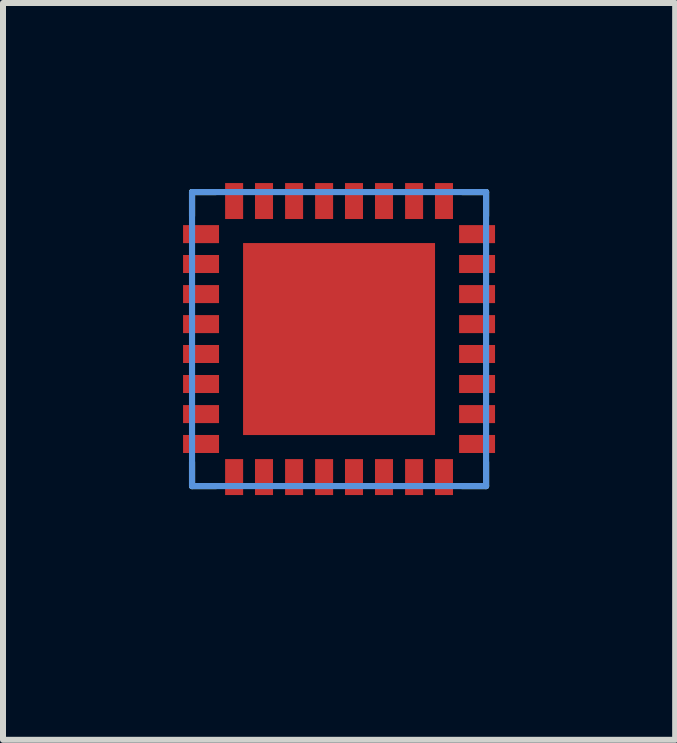
<source format=kicad_pcb>
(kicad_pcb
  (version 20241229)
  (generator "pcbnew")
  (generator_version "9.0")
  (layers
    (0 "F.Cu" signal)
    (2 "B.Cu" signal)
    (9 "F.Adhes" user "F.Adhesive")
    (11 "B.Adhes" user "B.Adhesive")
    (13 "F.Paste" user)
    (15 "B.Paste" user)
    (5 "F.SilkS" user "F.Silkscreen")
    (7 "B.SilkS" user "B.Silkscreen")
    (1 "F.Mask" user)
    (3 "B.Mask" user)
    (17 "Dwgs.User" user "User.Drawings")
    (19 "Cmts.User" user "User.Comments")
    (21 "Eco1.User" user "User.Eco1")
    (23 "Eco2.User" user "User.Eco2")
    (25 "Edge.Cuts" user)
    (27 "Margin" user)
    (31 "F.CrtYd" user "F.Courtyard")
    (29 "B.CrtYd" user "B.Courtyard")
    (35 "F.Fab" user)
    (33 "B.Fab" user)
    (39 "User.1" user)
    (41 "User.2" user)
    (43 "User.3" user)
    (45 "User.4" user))
  (footprint "QFN32"
    (layer "F.Cu")
    (at 2.598 2.598)
    (property "Reference" "QFN32" (at -0.85 3.2 0) (layer "Eco1.User") (effects (font (size 0.508 0.508) (thickness 0.102))))
    (attr through_hole)
    (fp_line (start -2.548 -1.849) (end -2.098 -1.849) (stroke (width 0.102) (type solid)) (layer "F.Mask"))
    (fp_line (start -2.548 -1.648) (end -2.548 -1.849) (stroke (width 0.102) (type solid)) (layer "F.Mask"))
    (fp_line (start -2.548 -1.349) (end -2.05 -1.349) (stroke (width 0.102) (type solid)) (layer "F.Mask"))
    (fp_line (start -2.548 -1.148) (end -2.548 -1.349) (stroke (width 0.102) (type solid)) (layer "F.Mask"))
    (fp_line (start -2.548 -0.848) (end -2.05 -0.848) (stroke (width 0.102) (type solid)) (layer "F.Mask"))
    (fp_line (start -2.548 -0.648) (end -2.548 -0.848) (stroke (width 0.102) (type solid)) (layer "F.Mask"))
    (fp_line (start -2.548 -0.348) (end -2.05 -0.348) (stroke (width 0.102) (type solid)) (layer "F.Mask"))
    (fp_line (start -2.548 -0.15) (end -2.548 -0.348) (stroke (width 0.102) (type solid)) (layer "F.Mask"))
    (fp_line (start -2.548 0.15) (end -2.05 0.15) (stroke (width 0.102) (type solid)) (layer "F.Mask"))
    (fp_line (start -2.548 0.348) (end -2.548 0.15) (stroke (width 0.102) (type solid)) (layer "F.Mask"))
    (fp_line (start -2.548 0.648) (end -2.05 0.648) (stroke (width 0.102) (type solid)) (layer "F.Mask"))
    (fp_line (start -2.548 0.848) (end -2.548 0.648) (stroke (width 0.102) (type solid)) (layer "F.Mask"))
    (fp_line (start -2.548 1.148) (end -2.05 1.148) (stroke (width 0.102) (type solid)) (layer "F.Mask"))
    (fp_line (start -2.548 1.349) (end -2.548 1.148) (stroke (width 0.102) (type solid)) (layer "F.Mask"))
    (fp_line (start -2.548 1.648) (end -2.548 1.849) (stroke (width 0.102) (type solid)) (layer "F.Mask"))
    (fp_line (start -2.548 1.849) (end -2.098 1.849) (stroke (width 0.102) (type solid)) (layer "F.Mask"))
    (fp_line (start -2.098 -1.849) (end -2.05 -1.798) (stroke (width 0.102) (type solid)) (layer "F.Mask"))
    (fp_line (start -2.098 1.849) (end -2.05 1.798) (stroke (width 0.102) (type solid)) (layer "F.Mask"))
    (fp_line (start -2.05 -1.798) (end -2.05 -1.648) (stroke (width 0.102) (type solid)) (layer "F.Mask"))
    (fp_line (start -2.05 -1.648) (end -2.548 -1.648) (stroke (width 0.102) (type solid)) (layer "F.Mask"))
    (fp_line (start -2.05 -1.349) (end -2.05 -1.148) (stroke (width 0.102) (type solid)) (layer "F.Mask"))
    (fp_line (start -2.05 -1.148) (end -2.548 -1.148) (stroke (width 0.102) (type solid)) (layer "F.Mask"))
    (fp_line (start -2.05 -0.848) (end -2.05 -0.648) (stroke (width 0.102) (type solid)) (layer "F.Mask"))
    (fp_line (start -2.05 -0.648) (end -2.548 -0.648) (stroke (width 0.102) (type solid)) (layer "F.Mask"))
    (fp_line (start -2.05 -0.348) (end -2.05 -0.15) (stroke (width 0.102) (type solid)) (layer "F.Mask"))
    (fp_line (start -2.05 -0.15) (end -2.548 -0.15) (stroke (width 0.102) (type solid)) (layer "F.Mask"))
    (fp_line (start -2.05 0.15) (end -2.05 0.348) (stroke (width 0.102) (type solid)) (layer "F.Mask"))
    (fp_line (start -2.05 0.348) (end -2.548 0.348) (stroke (width 0.102) (type solid)) (layer "F.Mask"))
    (fp_line (start -2.05 0.648) (end -2.05 0.848) (stroke (width 0.102) (type solid)) (layer "F.Mask"))
    (fp_line (start -2.05 0.848) (end -2.548 0.848) (stroke (width 0.102) (type solid)) (layer "F.Mask"))
    (fp_line (start -2.05 1.148) (end -2.05 1.349) (stroke (width 0.102) (type solid)) (layer "F.Mask"))
    (fp_line (start -2.05 1.349) (end -2.548 1.349) (stroke (width 0.102) (type solid)) (layer "F.Mask"))
    (fp_line (start -2.05 1.648) (end -2.548 1.648) (stroke (width 0.102) (type solid)) (layer "F.Mask"))
    (fp_line (start -2.05 1.798) (end -2.05 1.648) (stroke (width 0.102) (type solid)) (layer "F.Mask"))
    (fp_line (start -1.849 -2.548) (end -1.849 -2.098) (stroke (width 0.102) (type solid)) (layer "F.Mask"))
    (fp_line (start -1.849 -2.098) (end -1.798 -2.05) (stroke (width 0.102) (type solid)) (layer "F.Mask"))
    (fp_line (start -1.849 2.098) (end -1.798 2.05) (stroke (width 0.102) (type solid)) (layer "F.Mask"))
    (fp_line (start -1.849 2.548) (end -1.849 2.098) (stroke (width 0.102) (type solid)) (layer "F.Mask"))
    (fp_line (start -1.798 -2.05) (end -1.648 -2.05) (stroke (width 0.102) (type solid)) (layer "F.Mask"))
    (fp_line (start -1.798 2.05) (end -1.648 2.05) (stroke (width 0.102) (type solid)) (layer "F.Mask"))
    (fp_line (start -1.648 -2.548) (end -1.849 -2.548) (stroke (width 0.102) (type solid)) (layer "F.Mask"))
    (fp_line (start -1.648 -2.05) (end -1.648 -2.548) (stroke (width 0.102) (type solid)) (layer "F.Mask"))
    (fp_line (start -1.648 2.05) (end -1.648 2.548) (stroke (width 0.102) (type solid)) (layer "F.Mask"))
    (fp_line (start -1.648 2.548) (end -1.849 2.548) (stroke (width 0.102) (type solid)) (layer "F.Mask"))
    (fp_line (start -1.349 -2.548) (end -1.148 -2.548) (stroke (width 0.102) (type solid)) (layer "F.Mask"))
    (fp_line (start -1.349 -2.05) (end -1.349 -2.548) (stroke (width 0.102) (type solid)) (layer "F.Mask"))
    (fp_line (start -1.349 2.05) (end -1.148 2.05) (stroke (width 0.102) (type solid)) (layer "F.Mask"))
    (fp_line (start -1.349 2.548) (end -1.349 2.05) (stroke (width 0.102) (type solid)) (layer "F.Mask"))
    (fp_line (start -1.323 -1.323) (end 1.323 -1.323) (stroke (width 0.498) (type solid)) (layer "F.Mask"))
    (fp_line (start -1.323 1.323) (end -1.323 -1.323) (stroke (width 0.498) (type solid)) (layer "F.Mask"))
    (fp_line (start -1.148 -2.548) (end -1.148 -2.05) (stroke (width 0.102) (type solid)) (layer "F.Mask"))
    (fp_line (start -1.148 -2.05) (end -1.349 -2.05) (stroke (width 0.102) (type solid)) (layer "F.Mask"))
    (fp_line (start -1.148 2.05) (end -1.148 2.548) (stroke (width 0.102) (type solid)) (layer "F.Mask"))
    (fp_line (start -1.148 2.548) (end -1.349 2.548) (stroke (width 0.102) (type solid)) (layer "F.Mask"))
    (fp_line (start -0.848 -2.548) (end -0.648 -2.548) (stroke (width 0.102) (type solid)) (layer "F.Mask"))
    (fp_line (start -0.848 -2.05) (end -0.848 -2.548) (stroke (width 0.102) (type solid)) (layer "F.Mask"))
    (fp_line (start -0.848 2.05) (end -0.648 2.05) (stroke (width 0.102) (type solid)) (layer "F.Mask"))
    (fp_line (start -0.848 2.548) (end -0.848 2.05) (stroke (width 0.102) (type solid)) (layer "F.Mask"))
    (fp_line (start -0.648 -2.548) (end -0.648 -2.05) (stroke (width 0.102) (type solid)) (layer "F.Mask"))
    (fp_line (start -0.648 -2.05) (end -0.848 -2.05) (stroke (width 0.102) (type solid)) (layer "F.Mask"))
    (fp_line (start -0.648 2.05) (end -0.648 2.548) (stroke (width 0.102) (type solid)) (layer "F.Mask"))
    (fp_line (start -0.648 2.548) (end -0.848 2.548) (stroke (width 0.102) (type solid)) (layer "F.Mask"))
    (fp_line (start -0.348 -2.548) (end -0.15 -2.548) (stroke (width 0.102) (type solid)) (layer "F.Mask"))
    (fp_line (start -0.348 -2.05) (end -0.348 -2.548) (stroke (width 0.102) (type solid)) (layer "F.Mask"))
    (fp_line (start -0.348 2.05) (end -0.15 2.05) (stroke (width 0.102) (type solid)) (layer "F.Mask"))
    (fp_line (start -0.348 2.548) (end -0.348 2.05) (stroke (width 0.102) (type solid)) (layer "F.Mask"))
    (fp_line (start -0.15 -2.548) (end -0.15 -2.05) (stroke (width 0.102) (type solid)) (layer "F.Mask"))
    (fp_line (start -0.15 -2.05) (end -0.348 -2.05) (stroke (width 0.102) (type solid)) (layer "F.Mask"))
    (fp_line (start -0.15 2.05) (end -0.15 2.548) (stroke (width 0.102) (type solid)) (layer "F.Mask"))
    (fp_line (start -0.15 2.548) (end -0.348 2.548) (stroke (width 0.102) (type solid)) (layer "F.Mask"))
    (fp_line (start 0.15 -2.548) (end 0.348 -2.548) (stroke (width 0.102) (type solid)) (layer "F.Mask"))
    (fp_line (start 0.15 -2.05) (end 0.15 -2.548) (stroke (width 0.102) (type solid)) (layer "F.Mask"))
    (fp_line (start 0.15 2.05) (end 0.348 2.05) (stroke (width 0.102) (type solid)) (layer "F.Mask"))
    (fp_line (start 0.15 2.548) (end 0.15 2.05) (stroke (width 0.102) (type solid)) (layer "F.Mask"))
    (fp_line (start 0.348 -2.548) (end 0.348 -2.05) (stroke (width 0.102) (type solid)) (layer "F.Mask"))
    (fp_line (start 0.348 -2.05) (end 0.15 -2.05) (stroke (width 0.102) (type solid)) (layer "F.Mask"))
    (fp_line (start 0.348 2.05) (end 0.348 2.548) (stroke (width 0.102) (type solid)) (layer "F.Mask"))
    (fp_line (start 0.348 2.548) (end 0.15 2.548) (stroke (width 0.102) (type solid)) (layer "F.Mask"))
    (fp_line (start 0.648 -2.548) (end 0.848 -2.548) (stroke (width 0.102) (type solid)) (layer "F.Mask"))
    (fp_line (start 0.648 -2.05) (end 0.648 -2.548) (stroke (width 0.102) (type solid)) (layer "F.Mask"))
    (fp_line (start 0.648 2.05) (end 0.848 2.05) (stroke (width 0.102) (type solid)) (layer "F.Mask"))
    (fp_line (start 0.648 2.548) (end 0.648 2.05) (stroke (width 0.102) (type solid)) (layer "F.Mask"))
    (fp_line (start 0.848 -2.548) (end 0.848 -2.05) (stroke (width 0.102) (type solid)) (layer "F.Mask"))
    (fp_line (start 0.848 -2.05) (end 0.648 -2.05) (stroke (width 0.102) (type solid)) (layer "F.Mask"))
    (fp_line (start 0.848 2.05) (end 0.848 2.548) (stroke (width 0.102) (type solid)) (layer "F.Mask"))
    (fp_line (start 0.848 2.548) (end 0.648 2.548) (stroke (width 0.102) (type solid)) (layer "F.Mask"))
    (fp_line (start 1.148 -2.548) (end 1.349 -2.548) (stroke (width 0.102) (type solid)) (layer "F.Mask"))
    (fp_line (start 1.148 -2.05) (end 1.148 -2.548) (stroke (width 0.102) (type solid)) (layer "F.Mask"))
    (fp_line (start 1.148 2.05) (end 1.349 2.05) (stroke (width 0.102) (type solid)) (layer "F.Mask"))
    (fp_line (start 1.148 2.548) (end 1.148 2.05) (stroke (width 0.102) (type solid)) (layer "F.Mask"))
    (fp_line (start 1.323 -1.323) (end 1.323 1.323) (stroke (width 0.498) (type solid)) (layer "F.Mask"))
    (fp_line (start 1.323 1.323) (end -1.323 1.323) (stroke (width 0.498) (type solid)) (layer "F.Mask"))
    (fp_line (start 1.349 -2.548) (end 1.349 -2.05) (stroke (width 0.102) (type solid)) (layer "F.Mask"))
    (fp_line (start 1.349 -2.05) (end 1.148 -2.05) (stroke (width 0.102) (type solid)) (layer "F.Mask"))
    (fp_line (start 1.349 2.05) (end 1.349 2.548) (stroke (width 0.102) (type solid)) (layer "F.Mask"))
    (fp_line (start 1.349 2.548) (end 1.148 2.548) (stroke (width 0.102) (type solid)) (layer "F.Mask"))
    (fp_line (start 1.648 -2.548) (end 1.849 -2.548) (stroke (width 0.102) (type solid)) (layer "F.Mask"))
    (fp_line (start 1.648 -2.05) (end 1.648 -2.548) (stroke (width 0.102) (type solid)) (layer "F.Mask"))
    (fp_line (start 1.648 2.05) (end 1.648 2.548) (stroke (width 0.102) (type solid)) (layer "F.Mask"))
    (fp_line (start 1.648 2.548) (end 1.849 2.548) (stroke (width 0.102) (type solid)) (layer "F.Mask"))
    (fp_line (start 1.798 -2.05) (end 1.648 -2.05) (stroke (width 0.102) (type solid)) (layer "F.Mask"))
    (fp_line (start 1.798 2.05) (end 1.648 2.05) (stroke (width 0.102) (type solid)) (layer "F.Mask"))
    (fp_line (start 1.849 -2.548) (end 1.849 -2.098) (stroke (width 0.102) (type solid)) (layer "F.Mask"))
    (fp_line (start 1.849 -2.098) (end 1.798 -2.05) (stroke (width 0.102) (type solid)) (layer "F.Mask"))
    (fp_line (start 1.849 2.098) (end 1.798 2.05) (stroke (width 0.102) (type solid)) (layer "F.Mask"))
    (fp_line (start 1.849 2.548) (end 1.849 2.098) (stroke (width 0.102) (type solid)) (layer "F.Mask"))
    (fp_line (start 2.05 -1.798) (end 2.05 -1.648) (stroke (width 0.102) (type solid)) (layer "F.Mask"))
    (fp_line (start 2.05 -1.648) (end 2.548 -1.648) (stroke (width 0.102) (type solid)) (layer "F.Mask"))
    (fp_line (start 2.05 -1.349) (end 2.548 -1.349) (stroke (width 0.102) (type solid)) (layer "F.Mask"))
    (fp_line (start 2.05 -1.148) (end 2.05 -1.349) (stroke (width 0.102) (type solid)) (layer "F.Mask"))
    (fp_line (start 2.05 -0.848) (end 2.548 -0.848) (stroke (width 0.102) (type solid)) (layer "F.Mask"))
    (fp_line (start 2.05 -0.648) (end 2.05 -0.848) (stroke (width 0.102) (type solid)) (layer "F.Mask"))
    (fp_line (start 2.05 -0.348) (end 2.548 -0.348) (stroke (width 0.102) (type solid)) (layer "F.Mask"))
    (fp_line (start 2.05 -0.15) (end 2.05 -0.348) (stroke (width 0.102) (type solid)) (layer "F.Mask"))
    (fp_line (start 2.05 0.15) (end 2.548 0.15) (stroke (width 0.102) (type solid)) (layer "F.Mask"))
    (fp_line (start 2.05 0.348) (end 2.05 0.15) (stroke (width 0.102) (type solid)) (layer "F.Mask"))
    (fp_line (start 2.05 0.648) (end 2.548 0.648) (stroke (width 0.102) (type solid)) (layer "F.Mask"))
    (fp_line (start 2.05 0.848) (end 2.05 0.648) (stroke (width 0.102) (type solid)) (layer "F.Mask"))
    (fp_line (start 2.05 1.148) (end 2.548 1.148) (stroke (width 0.102) (type solid)) (layer "F.Mask"))
    (fp_line (start 2.05 1.349) (end 2.05 1.148) (stroke (width 0.102) (type solid)) (layer "F.Mask"))
    (fp_line (start 2.05 1.648) (end 2.548 1.648) (stroke (width 0.102) (type solid)) (layer "F.Mask"))
    (fp_line (start 2.05 1.798) (end 2.05 1.648) (stroke (width 0.102) (type solid)) (layer "F.Mask"))
    (fp_line (start 2.098 -1.849) (end 2.05 -1.798) (stroke (width 0.102) (type solid)) (layer "F.Mask"))
    (fp_line (start 2.098 1.849) (end 2.05 1.798) (stroke (width 0.102) (type solid)) (layer "F.Mask"))
    (fp_line (start 2.548 -1.849) (end 2.098 -1.849) (stroke (width 0.102) (type solid)) (layer "F.Mask"))
    (fp_line (start 2.548 -1.648) (end 2.548 -1.849) (stroke (width 0.102) (type solid)) (layer "F.Mask"))
    (fp_line (start 2.548 -1.349) (end 2.548 -1.148) (stroke (width 0.102) (type solid)) (layer "F.Mask"))
    (fp_line (start 2.548 -1.148) (end 2.05 -1.148) (stroke (width 0.102) (type solid)) (layer "F.Mask"))
    (fp_line (start 2.548 -0.848) (end 2.548 -0.648) (stroke (width 0.102) (type solid)) (layer "F.Mask"))
    (fp_line (start 2.548 -0.648) (end 2.05 -0.648) (stroke (width 0.102) (type solid)) (layer "F.Mask"))
    (fp_line (start 2.548 -0.348) (end 2.548 -0.15) (stroke (width 0.102) (type solid)) (layer "F.Mask"))
    (fp_line (start 2.548 -0.15) (end 2.05 -0.15) (stroke (width 0.102) (type solid)) (layer "F.Mask"))
    (fp_line (start 2.548 0.15) (end 2.548 0.348) (stroke (width 0.102) (type solid)) (layer "F.Mask"))
    (fp_line (start 2.548 0.348) (end 2.05 0.348) (stroke (width 0.102) (type solid)) (layer "F.Mask"))
    (fp_line (start 2.548 0.648) (end 2.548 0.848) (stroke (width 0.102) (type solid)) (layer "F.Mask"))
    (fp_line (start 2.548 0.848) (end 2.05 0.848) (stroke (width 0.102) (type solid)) (layer "F.Mask"))
    (fp_line (start 2.548 1.148) (end 2.548 1.349) (stroke (width 0.102) (type solid)) (layer "F.Mask"))
    (fp_line (start 2.548 1.349) (end 2.05 1.349) (stroke (width 0.102) (type solid)) (layer "F.Mask"))
    (fp_line (start 2.548 1.648) (end 2.548 1.849) (stroke (width 0.102) (type solid)) (layer "F.Mask"))
    (fp_line (start 2.548 1.849) (end 2.098 1.849) (stroke (width 0.102) (type solid)) (layer "F.Mask"))
    (fp_line (start -2.449 -2.449) (end -2.05 -2.449) (stroke (width 0.102) (type solid)) (layer "F.SilkS"))
    (fp_line (start -2.449 -2.05) (end -2.449 -2.449) (stroke (width 0.102) (type solid)) (layer "F.SilkS"))
    (fp_line (start -2.449 2.449) (end -2.449 2.05) (stroke (width 0.102) (type solid)) (layer "F.SilkS"))
    (fp_line (start -2.05 2.449) (end -2.449 2.449) (stroke (width 0.102) (type solid)) (layer "F.SilkS"))
    (fp_line (start 2.05 -2.449) (end 2.449 -2.449) (stroke (width 0.102) (type solid)) (layer "F.SilkS"))
    (fp_line (start 2.449 -2.449) (end 2.449 -2.05) (stroke (width 0.102) (type solid)) (layer "F.SilkS"))
    (fp_line (start 2.449 2.05) (end 2.449 2.449) (stroke (width 0.102) (type solid)) (layer "F.SilkS"))
    (fp_line (start 2.449 2.449) (end 2.05 2.449) (stroke (width 0.102) (type solid)) (layer "F.SilkS"))
    (fp_circle (center -2.174 -2.174) (end -2.024 -2.174) (stroke (width 0.00012) (type solid)) (fill no) (layer "F.SilkS"))
    (fp_line (start -2.525 -1.824) (end -2.123 -1.824) (stroke (width 0.102) (type solid)) (layer "F.Paste"))
    (fp_line (start -2.525 -1.674) (end -2.525 -1.824) (stroke (width 0.102) (type solid)) (layer "F.Paste"))
    (fp_line (start -2.525 -1.323) (end -2.073 -1.323) (stroke (width 0.102) (type solid)) (layer "F.Paste"))
    (fp_line (start -2.525 -1.173) (end -2.525 -1.323) (stroke (width 0.102) (type solid)) (layer "F.Paste"))
    (fp_line (start -2.525 -0.823) (end -2.073 -0.823) (stroke (width 0.102) (type solid)) (layer "F.Paste"))
    (fp_line (start -2.525 -0.673) (end -2.525 -0.823) (stroke (width 0.102) (type solid)) (layer "F.Paste"))
    (fp_line (start -2.525 -0.323) (end -2.073 -0.323) (stroke (width 0.102) (type solid)) (layer "F.Paste"))
    (fp_line (start -2.525 -0.173) (end -2.525 -0.323) (stroke (width 0.102) (type solid)) (layer "F.Paste"))
    (fp_line (start -2.525 0.173) (end -2.073 0.173) (stroke (width 0.102) (type solid)) (layer "F.Paste"))
    (fp_line (start -2.525 0.323) (end -2.525 0.173) (stroke (width 0.102) (type solid)) (layer "F.Paste"))
    (fp_line (start -2.525 0.673) (end -2.073 0.673) (stroke (width 0.102) (type solid)) (layer "F.Paste"))
    (fp_line (start -2.525 0.823) (end -2.525 0.673) (stroke (width 0.102) (type solid)) (layer "F.Paste"))
    (fp_line (start -2.525 1.173) (end -2.073 1.173) (stroke (width 0.102) (type solid)) (layer "F.Paste"))
    (fp_line (start -2.525 1.323) (end -2.525 1.173) (stroke (width 0.102) (type solid)) (layer "F.Paste"))
    (fp_line (start -2.525 1.674) (end -2.525 1.824) (stroke (width 0.102) (type solid)) (layer "F.Paste"))
    (fp_line (start -2.525 1.824) (end -2.123 1.824) (stroke (width 0.102) (type solid)) (layer "F.Paste"))
    (fp_line (start -2.123 -1.824) (end -2.073 -1.773) (stroke (width 0.102) (type solid)) (layer "F.Paste"))
    (fp_line (start -2.123 1.824) (end -2.073 1.773) (stroke (width 0.102) (type solid)) (layer "F.Paste"))
    (fp_line (start -2.073 -1.773) (end -2.073 -1.674) (stroke (width 0.102) (type solid)) (layer "F.Paste"))
    (fp_line (start -2.073 -1.674) (end -2.525 -1.674) (stroke (width 0.102) (type solid)) (layer "F.Paste"))
    (fp_line (start -2.073 -1.323) (end -2.073 -1.173) (stroke (width 0.102) (type solid)) (layer "F.Paste"))
    (fp_line (start -2.073 -1.173) (end -2.525 -1.173) (stroke (width 0.102) (type solid)) (layer "F.Paste"))
    (fp_line (start -2.073 -0.823) (end -2.073 -0.673) (stroke (width 0.102) (type solid)) (layer "F.Paste"))
    (fp_line (start -2.073 -0.673) (end -2.525 -0.673) (stroke (width 0.102) (type solid)) (layer "F.Paste"))
    (fp_line (start -2.073 -0.323) (end -2.073 -0.173) (stroke (width 0.102) (type solid)) (layer "F.Paste"))
    (fp_line (start -2.073 -0.173) (end -2.525 -0.173) (stroke (width 0.102) (type solid)) (layer "F.Paste"))
    (fp_line (start -2.073 0.173) (end -2.073 0.323) (stroke (width 0.102) (type solid)) (layer "F.Paste"))
    (fp_line (start -2.073 0.323) (end -2.525 0.323) (stroke (width 0.102) (type solid)) (layer "F.Paste"))
    (fp_line (start -2.073 0.673) (end -2.073 0.823) (stroke (width 0.102) (type solid)) (layer "F.Paste"))
    (fp_line (start -2.073 0.823) (end -2.525 0.823) (stroke (width 0.102) (type solid)) (layer "F.Paste"))
    (fp_line (start -2.073 1.173) (end -2.073 1.323) (stroke (width 0.102) (type solid)) (layer "F.Paste"))
    (fp_line (start -2.073 1.323) (end -2.525 1.323) (stroke (width 0.102) (type solid)) (layer "F.Paste"))
    (fp_line (start -2.073 1.674) (end -2.525 1.674) (stroke (width 0.102) (type solid)) (layer "F.Paste"))
    (fp_line (start -2.073 1.773) (end -2.073 1.674) (stroke (width 0.102) (type solid)) (layer "F.Paste"))
    (fp_line (start -1.824 -2.525) (end -1.824 -2.123) (stroke (width 0.102) (type solid)) (layer "F.Paste"))
    (fp_line (start -1.824 -2.123) (end -1.773 -2.073) (stroke (width 0.102) (type solid)) (layer "F.Paste"))
    (fp_line (start -1.824 2.123) (end -1.773 2.073) (stroke (width 0.102) (type solid)) (layer "F.Paste"))
    (fp_line (start -1.824 2.525) (end -1.824 2.123) (stroke (width 0.102) (type solid)) (layer "F.Paste"))
    (fp_line (start -1.773 -2.073) (end -1.674 -2.073) (stroke (width 0.102) (type solid)) (layer "F.Paste"))
    (fp_line (start -1.773 2.073) (end -1.674 2.073) (stroke (width 0.102) (type solid)) (layer "F.Paste"))
    (fp_line (start -1.674 -2.525) (end -1.824 -2.525) (stroke (width 0.102) (type solid)) (layer "F.Paste"))
    (fp_line (start -1.674 -2.073) (end -1.674 -2.525) (stroke (width 0.102) (type solid)) (layer "F.Paste"))
    (fp_line (start -1.674 2.073) (end -1.674 2.525) (stroke (width 0.102) (type solid)) (layer "F.Paste"))
    (fp_line (start -1.674 2.525) (end -1.824 2.525) (stroke (width 0.102) (type solid)) (layer "F.Paste"))
    (fp_line (start -1.323 -2.525) (end -1.173 -2.525) (stroke (width 0.102) (type solid)) (layer "F.Paste"))
    (fp_line (start -1.323 -2.073) (end -1.323 -2.525) (stroke (width 0.102) (type solid)) (layer "F.Paste"))
    (fp_line (start -1.323 2.073) (end -1.173 2.073) (stroke (width 0.102) (type solid)) (layer "F.Paste"))
    (fp_line (start -1.323 2.525) (end -1.323 2.073) (stroke (width 0.102) (type solid)) (layer "F.Paste"))
    (fp_line (start -1.173 -2.525) (end -1.173 -2.073) (stroke (width 0.102) (type solid)) (layer "F.Paste"))
    (fp_line (start -1.173 -2.073) (end -1.323 -2.073) (stroke (width 0.102) (type solid)) (layer "F.Paste"))
    (fp_line (start -1.173 2.073) (end -1.173 2.525) (stroke (width 0.102) (type solid)) (layer "F.Paste"))
    (fp_line (start -1.173 2.525) (end -1.323 2.525) (stroke (width 0.102) (type solid)) (layer "F.Paste"))
    (fp_line (start -0.823 -2.525) (end -0.673 -2.525) (stroke (width 0.102) (type solid)) (layer "F.Paste"))
    (fp_line (start -0.823 -2.073) (end -0.823 -2.525) (stroke (width 0.102) (type solid)) (layer "F.Paste"))
    (fp_line (start -0.823 2.073) (end -0.673 2.073) (stroke (width 0.102) (type solid)) (layer "F.Paste"))
    (fp_line (start -0.823 2.525) (end -0.823 2.073) (stroke (width 0.102) (type solid)) (layer "F.Paste"))
    (fp_line (start -0.673 -2.525) (end -0.673 -2.073) (stroke (width 0.102) (type solid)) (layer "F.Paste"))
    (fp_line (start -0.673 -2.073) (end -0.823 -2.073) (stroke (width 0.102) (type solid)) (layer "F.Paste"))
    (fp_line (start -0.673 2.073) (end -0.673 2.525) (stroke (width 0.102) (type solid)) (layer "F.Paste"))
    (fp_line (start -0.673 2.525) (end -0.823 2.525) (stroke (width 0.102) (type solid)) (layer "F.Paste"))
    (fp_line (start -0.323 -2.525) (end -0.173 -2.525) (stroke (width 0.102) (type solid)) (layer "F.Paste"))
    (fp_line (start -0.323 -2.073) (end -0.323 -2.525) (stroke (width 0.102) (type solid)) (layer "F.Paste"))
    (fp_line (start -0.323 2.073) (end -0.173 2.073) (stroke (width 0.102) (type solid)) (layer "F.Paste"))
    (fp_line (start -0.323 2.525) (end -0.323 2.073) (stroke (width 0.102) (type solid)) (layer "F.Paste"))
    (fp_line (start -0.173 -2.525) (end -0.173 -2.073) (stroke (width 0.102) (type solid)) (layer "F.Paste"))
    (fp_line (start -0.173 -2.073) (end -0.323 -2.073) (stroke (width 0.102) (type solid)) (layer "F.Paste"))
    (fp_line (start -0.173 2.073) (end -0.173 2.525) (stroke (width 0.102) (type solid)) (layer "F.Paste"))
    (fp_line (start -0.173 2.525) (end -0.323 2.525) (stroke (width 0.102) (type solid)) (layer "F.Paste"))
    (fp_line (start 0.173 -2.525) (end 0.323 -2.525) (stroke (width 0.102) (type solid)) (layer "F.Paste"))
    (fp_line (start 0.173 -2.073) (end 0.173 -2.525) (stroke (width 0.102) (type solid)) (layer "F.Paste"))
    (fp_line (start 0.173 2.073) (end 0.323 2.073) (stroke (width 0.102) (type solid)) (layer "F.Paste"))
    (fp_line (start 0.173 2.525) (end 0.173 2.073) (stroke (width 0.102) (type solid)) (layer "F.Paste"))
    (fp_line (start 0.323 -2.525) (end 0.323 -2.073) (stroke (width 0.102) (type solid)) (layer "F.Paste"))
    (fp_line (start 0.323 -2.073) (end 0.173 -2.073) (stroke (width 0.102) (type solid)) (layer "F.Paste"))
    (fp_line (start 0.323 2.073) (end 0.323 2.525) (stroke (width 0.102) (type solid)) (layer "F.Paste"))
    (fp_line (start 0.323 2.525) (end 0.173 2.525) (stroke (width 0.102) (type solid)) (layer "F.Paste"))
    (fp_line (start 0.673 -2.525) (end 0.823 -2.525) (stroke (width 0.102) (type solid)) (layer "F.Paste"))
    (fp_line (start 0.673 -2.073) (end 0.673 -2.525) (stroke (width 0.102) (type solid)) (layer "F.Paste"))
    (fp_line (start 0.673 2.073) (end 0.823 2.073) (stroke (width 0.102) (type solid)) (layer "F.Paste"))
    (fp_line (start 0.673 2.525) (end 0.673 2.073) (stroke (width 0.102) (type solid)) (layer "F.Paste"))
    (fp_line (start 0.823 -2.525) (end 0.823 -2.073) (stroke (width 0.102) (type solid)) (layer "F.Paste"))
    (fp_line (start 0.823 -2.073) (end 0.673 -2.073) (stroke (width 0.102) (type solid)) (layer "F.Paste"))
    (fp_line (start 0.823 2.073) (end 0.823 2.525) (stroke (width 0.102) (type solid)) (layer "F.Paste"))
    (fp_line (start 0.823 2.525) (end 0.673 2.525) (stroke (width 0.102) (type solid)) (layer "F.Paste"))
    (fp_line (start 1.173 -2.525) (end 1.323 -2.525) (stroke (width 0.102) (type solid)) (layer "F.Paste"))
    (fp_line (start 1.173 -2.073) (end 1.173 -2.525) (stroke (width 0.102) (type solid)) (layer "F.Paste"))
    (fp_line (start 1.173 2.073) (end 1.323 2.073) (stroke (width 0.102) (type solid)) (layer "F.Paste"))
    (fp_line (start 1.173 2.525) (end 1.173 2.073) (stroke (width 0.102) (type solid)) (layer "F.Paste"))
    (fp_line (start 1.323 -2.525) (end 1.323 -2.073) (stroke (width 0.102) (type solid)) (layer "F.Paste"))
    (fp_line (start 1.323 -2.073) (end 1.173 -2.073) (stroke (width 0.102) (type solid)) (layer "F.Paste"))
    (fp_line (start 1.323 2.073) (end 1.323 2.525) (stroke (width 0.102) (type solid)) (layer "F.Paste"))
    (fp_line (start 1.323 2.525) (end 1.173 2.525) (stroke (width 0.102) (type solid)) (layer "F.Paste"))
    (fp_line (start 1.674 -2.525) (end 1.824 -2.525) (stroke (width 0.102) (type solid)) (layer "F.Paste"))
    (fp_line (start 1.674 -2.073) (end 1.674 -2.525) (stroke (width 0.102) (type solid)) (layer "F.Paste"))
    (fp_line (start 1.674 2.073) (end 1.674 2.525) (stroke (width 0.102) (type solid)) (layer "F.Paste"))
    (fp_line (start 1.674 2.525) (end 1.824 2.525) (stroke (width 0.102) (type solid)) (layer "F.Paste"))
    (fp_line (start 1.773 -2.073) (end 1.674 -2.073) (stroke (width 0.102) (type solid)) (layer "F.Paste"))
    (fp_line (start 1.773 2.073) (end 1.674 2.073) (stroke (width 0.102) (type solid)) (layer "F.Paste"))
    (fp_line (start 1.824 -2.525) (end 1.824 -2.123) (stroke (width 0.102) (type solid)) (layer "F.Paste"))
    (fp_line (start 1.824 -2.123) (end 1.773 -2.073) (stroke (width 0.102) (type solid)) (layer "F.Paste"))
    (fp_line (start 1.824 2.123) (end 1.773 2.073) (stroke (width 0.102) (type solid)) (layer "F.Paste"))
    (fp_line (start 1.824 2.525) (end 1.824 2.123) (stroke (width 0.102) (type solid)) (layer "F.Paste"))
    (fp_line (start 2.073 -1.773) (end 2.073 -1.674) (stroke (width 0.102) (type solid)) (layer "F.Paste"))
    (fp_line (start 2.073 -1.674) (end 2.525 -1.674) (stroke (width 0.102) (type solid)) (layer "F.Paste"))
    (fp_line (start 2.073 -1.323) (end 2.525 -1.323) (stroke (width 0.102) (type solid)) (layer "F.Paste"))
    (fp_line (start 2.073 -1.173) (end 2.073 -1.323) (stroke (width 0.102) (type solid)) (layer "F.Paste"))
    (fp_line (start 2.073 -0.823) (end 2.525 -0.823) (stroke (width 0.102) (type solid)) (layer "F.Paste"))
    (fp_line (start 2.073 -0.673) (end 2.073 -0.823) (stroke (width 0.102) (type solid)) (layer "F.Paste"))
    (fp_line (start 2.073 -0.323) (end 2.525 -0.323) (stroke (width 0.102) (type solid)) (layer "F.Paste"))
    (fp_line (start 2.073 -0.173) (end 2.073 -0.323) (stroke (width 0.102) (type solid)) (layer "F.Paste"))
    (fp_line (start 2.073 0.173) (end 2.525 0.173) (stroke (width 0.102) (type solid)) (layer "F.Paste"))
    (fp_line (start 2.073 0.323) (end 2.073 0.173) (stroke (width 0.102) (type solid)) (layer "F.Paste"))
    (fp_line (start 2.073 0.673) (end 2.525 0.673) (stroke (width 0.102) (type solid)) (layer "F.Paste"))
    (fp_line (start 2.073 0.823) (end 2.073 0.673) (stroke (width 0.102) (type solid)) (layer "F.Paste"))
    (fp_line (start 2.073 1.173) (end 2.525 1.173) (stroke (width 0.102) (type solid)) (layer "F.Paste"))
    (fp_line (start 2.073 1.323) (end 2.073 1.173) (stroke (width 0.102) (type solid)) (layer "F.Paste"))
    (fp_line (start 2.073 1.674) (end 2.525 1.674) (stroke (width 0.102) (type solid)) (layer "F.Paste"))
    (fp_line (start 2.073 1.773) (end 2.073 1.674) (stroke (width 0.102) (type solid)) (layer "F.Paste"))
    (fp_line (start 2.123 -1.824) (end 2.073 -1.773) (stroke (width 0.102) (type solid)) (layer "F.Paste"))
    (fp_line (start 2.123 1.824) (end 2.073 1.773) (stroke (width 0.102) (type solid)) (layer "F.Paste"))
    (fp_line (start 2.525 -1.824) (end 2.123 -1.824) (stroke (width 0.102) (type solid)) (layer "F.Paste"))
    (fp_line (start 2.525 -1.674) (end 2.525 -1.824) (stroke (width 0.102) (type solid)) (layer "F.Paste"))
    (fp_line (start 2.525 -1.323) (end 2.525 -1.173) (stroke (width 0.102) (type solid)) (layer "F.Paste"))
    (fp_line (start 2.525 -1.173) (end 2.073 -1.173) (stroke (width 0.102) (type solid)) (layer "F.Paste"))
    (fp_line (start 2.525 -0.823) (end 2.525 -0.673) (stroke (width 0.102) (type solid)) (layer "F.Paste"))
    (fp_line (start 2.525 -0.673) (end 2.073 -0.673) (stroke (width 0.102) (type solid)) (layer "F.Paste"))
    (fp_line (start 2.525 -0.323) (end 2.525 -0.173) (stroke (width 0.102) (type solid)) (layer "F.Paste"))
    (fp_line (start 2.525 -0.173) (end 2.073 -0.173) (stroke (width 0.102) (type solid)) (layer "F.Paste"))
    (fp_line (start 2.525 0.173) (end 2.525 0.323) (stroke (width 0.102) (type solid)) (layer "F.Paste"))
    (fp_line (start 2.525 0.323) (end 2.073 0.323) (stroke (width 0.102) (type solid)) (layer "F.Paste"))
    (fp_line (start 2.525 0.673) (end 2.525 0.823) (stroke (width 0.102) (type solid)) (layer "F.Paste"))
    (fp_line (start 2.525 0.823) (end 2.073 0.823) (stroke (width 0.102) (type solid)) (layer "F.Paste"))
    (fp_line (start 2.525 1.173) (end 2.525 1.323) (stroke (width 0.102) (type solid)) (layer "F.Paste"))
    (fp_line (start 2.525 1.323) (end 2.073 1.323) (stroke (width 0.102) (type solid)) (layer "F.Paste"))
    (fp_line (start 2.525 1.674) (end 2.525 1.824) (stroke (width 0.102) (type solid)) (layer "F.Paste"))
    (fp_line (start 2.525 1.824) (end 2.123 1.824) (stroke (width 0.102) (type solid)) (layer "F.Paste"))
    (fp_line (start -2.449 -2.449) (end 2.449 -2.449) (stroke (width 0.102) (type solid)) (layer "Cmts.User"))
    (fp_line (start -2.449 2.449) (end -2.449 -2.449) (stroke (width 0.102) (type solid)) (layer "Cmts.User"))
    (fp_line (start 2.449 -2.449) (end 2.449 2.449) (stroke (width 0.102) (type solid)) (layer "Cmts.User"))
    (fp_line (start 2.449 2.449) (end -2.449 2.449) (stroke (width 0.102) (type solid)) (layer "Cmts.User"))
    (pad "1" smd rect (at -2.299 -1.748) (size 0.599 0.3) (layers "F.Cu" "F.Mask" "F.Paste"))
    (pad "2" smd rect (at -2.299 -1.25) (size 0.599 0.3) (layers "F.Cu" "F.Mask" "F.Paste"))
    (pad "3" smd rect (at -2.299 -0.749) (size 0.599 0.3) (layers "F.Cu" "F.Mask" "F.Paste"))
    (pad "4" smd rect (at -2.299 -0.249) (size 0.599 0.3) (layers "F.Cu" "F.Mask" "F.Paste"))
    (pad "5" smd rect (at -2.299 0.249) (size 0.599 0.3) (layers "F.Cu" "F.Mask" "F.Paste"))
    (pad "6" smd rect (at -2.299 0.749) (size 0.599 0.3) (layers "F.Cu" "F.Mask" "F.Paste"))
    (pad "7" smd rect (at -2.299 1.25) (size 0.599 0.3) (layers "F.Cu" "F.Mask" "F.Paste"))
    (pad "8" smd rect (at -2.299 1.748) (size 0.599 0.3) (layers "F.Cu" "F.Mask" "F.Paste"))
    (pad "9" smd rect (at -1.748 2.299 90) (size 0.599 0.3) (layers "F.Cu" "F.Mask" "F.Paste"))
    (pad "10" smd rect (at -1.25 2.299 90) (size 0.599 0.3) (layers "F.Cu" "F.Mask" "F.Paste"))
    (pad "11" smd rect (at -0.749 2.299 90) (size 0.599 0.3) (layers "F.Cu" "F.Mask" "F.Paste"))
    (pad "12" smd rect (at -0.249 2.299 90) (size 0.599 0.3) (layers "F.Cu" "F.Mask" "F.Paste"))
    (pad "13" smd rect (at 0.249 2.299 90) (size 0.599 0.3) (layers "F.Cu" "F.Mask" "F.Paste"))
    (pad "14" smd rect (at 0.749 2.299 90) (size 0.599 0.3) (layers "F.Cu" "F.Mask" "F.Paste"))
    (pad "15" smd rect (at 1.25 2.299 90) (size 0.599 0.3) (layers "F.Cu" "F.Mask" "F.Paste"))
    (pad "16" smd rect (at 1.748 2.299 90) (size 0.599 0.3) (layers "F.Cu" "F.Mask" "F.Paste"))
    (pad "17" smd rect (at 2.299 1.748 180) (size 0.599 0.3) (layers "F.Cu" "F.Mask" "F.Paste"))
    (pad "18" smd rect (at 2.299 1.25 180) (size 0.599 0.3) (layers "F.Cu" "F.Mask" "F.Paste"))
    (pad "19" smd rect (at 2.299 0.749 180) (size 0.599 0.3) (layers "F.Cu" "F.Mask" "F.Paste"))
    (pad "20" smd rect (at 2.299 0.249 180) (size 0.599 0.3) (layers "F.Cu" "F.Mask" "F.Paste"))
    (pad "21" smd rect (at 2.299 -0.249 180) (size 0.599 0.3) (layers "F.Cu" "F.Mask" "F.Paste"))
    (pad "22" smd rect (at 2.299 -0.749 180) (size 0.599 0.3) (layers "F.Cu" "F.Mask" "F.Paste"))
    (pad "23" smd rect (at 2.299 -1.25 180) (size 0.599 0.3) (layers "F.Cu" "F.Mask" "F.Paste"))
    (pad "24" smd rect (at 2.299 -1.748 180) (size 0.599 0.3) (layers "F.Cu" "F.Mask" "F.Paste"))
    (pad "25" smd rect (at 1.748 -2.299 270) (size 0.599 0.3) (layers "F.Cu" "F.Mask" "F.Paste"))
    (pad "26" smd rect (at 1.25 -2.299 270) (size 0.599 0.3) (layers "F.Cu" "F.Mask" "F.Paste"))
    (pad "27" smd rect (at 0.749 -2.299 270) (size 0.599 0.3) (layers "F.Cu" "F.Mask" "F.Paste"))
    (pad "28" smd rect (at 0.249 -2.299 270) (size 0.599 0.3) (layers "F.Cu" "F.Mask" "F.Paste"))
    (pad "29" smd rect (at -0.249 -2.299 270) (size 0.599 0.3) (layers "F.Cu" "F.Mask" "F.Paste"))
    (pad "30" smd rect (at -0.749 -2.299 270) (size 0.599 0.3) (layers "F.Cu" "F.Mask" "F.Paste"))
    (pad "31" smd rect (at -1.25 -2.299 270) (size 0.599 0.3) (layers "F.Cu" "F.Mask" "F.Paste"))
    (pad "32" smd rect (at -1.748 -2.299 270) (size 0.599 0.3) (layers "F.Cu" "F.Mask" "F.Paste"))
    (pad "PAD" smd rect (at 0 0) (size 3.198 3.198) (layers "F.Cu" "F.Mask" "F.Paste")))
  (gr_rect
    (start -3 -3)
    (end 8.197 9.274)
    (stroke (width 0.1) (type default))
    (fill no)
    (layer "Edge.Cuts")))
</source>
